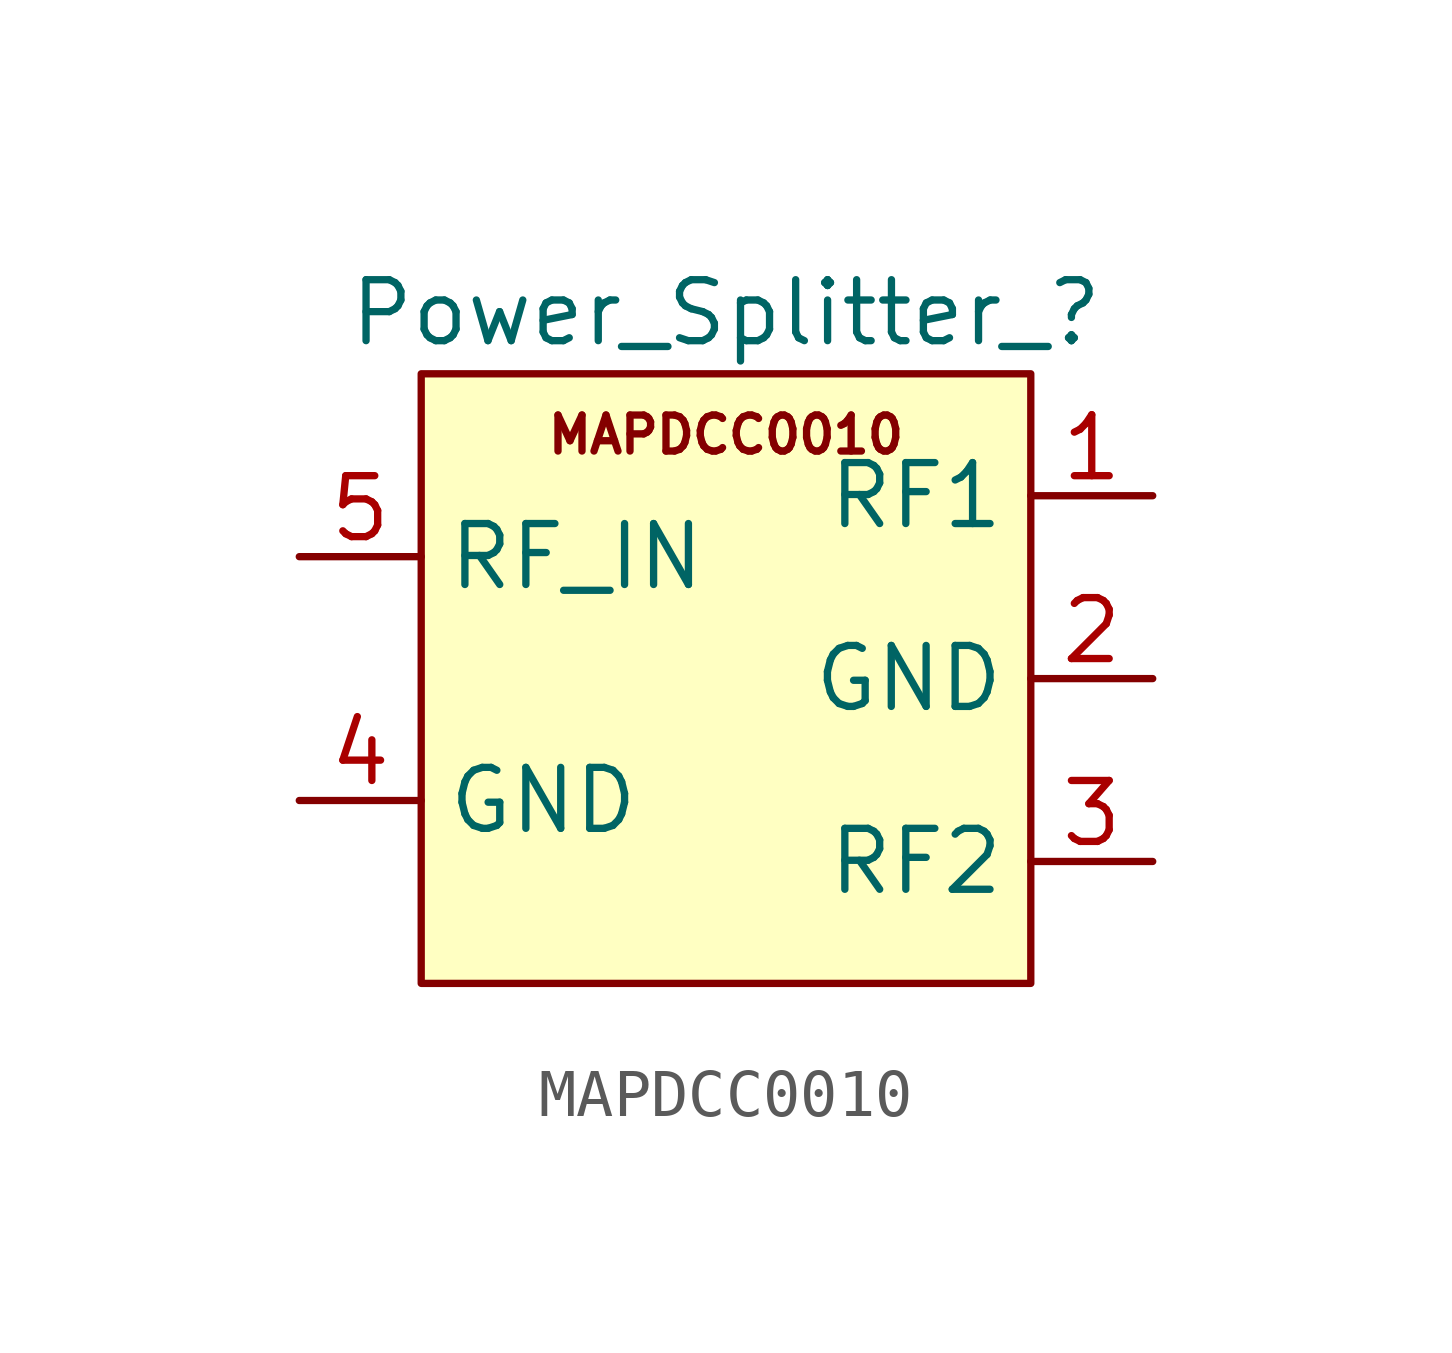
<source format=kicad_sym>
(kicad_symbol_lib
  (version 20220914)
  (generator kicad_symbol_editor)
  (symbol "MAPDCC0010"
    (property "Reference" "Power_Splitter_"
      (at 0 7.62 0)
      (effects (font (size 1.27 1.27))))
    (property "Value" ""
      (at 0 0 0)
      (effects (font (size 1.27 1.27))))
    (symbol "MAPDCC0010_1_1"
      (rectangle (start -6.35 6.35) (end 6.35 -6.35) (stroke (width 0) (type default)) (fill (type background)))
      (text "MAPDCC0010" (at 0 5.08 0) (effects (font (size 0.75 0.75))))
      (pin output line (at 8.89 3.81 180) (length 2.54) (name "RF1" (effects (font (size 1.27 1.27)))) (number "1" (effects (font (size 1.27 1.27)))))
      (pin bidirectional line (at 8.89 0 180) (length 2.54) (name "GND" (effects (font (size 1.27 1.27)))) (number "2" (effects (font (size 1.27 1.27)))))
      (pin output line (at 8.89 -3.81 180) (length 2.54) (name "RF2" (effects (font (size 1.27 1.27)))) (number "3" (effects (font (size 1.27 1.27)))))
      (pin bidirectional line (at -8.89 -2.54 0) (length 2.54) (name "GND" (effects (font (size 1.27 1.27)))) (number "4" (effects (font (size 1.27 1.27)))))
      (pin input line (at -8.89 2.54 0) (length 2.54) (name "RF_IN" (effects (font (size 1.27 1.27)))) (number "5" (effects (font (size 1.27 1.27))))))))
</source>
